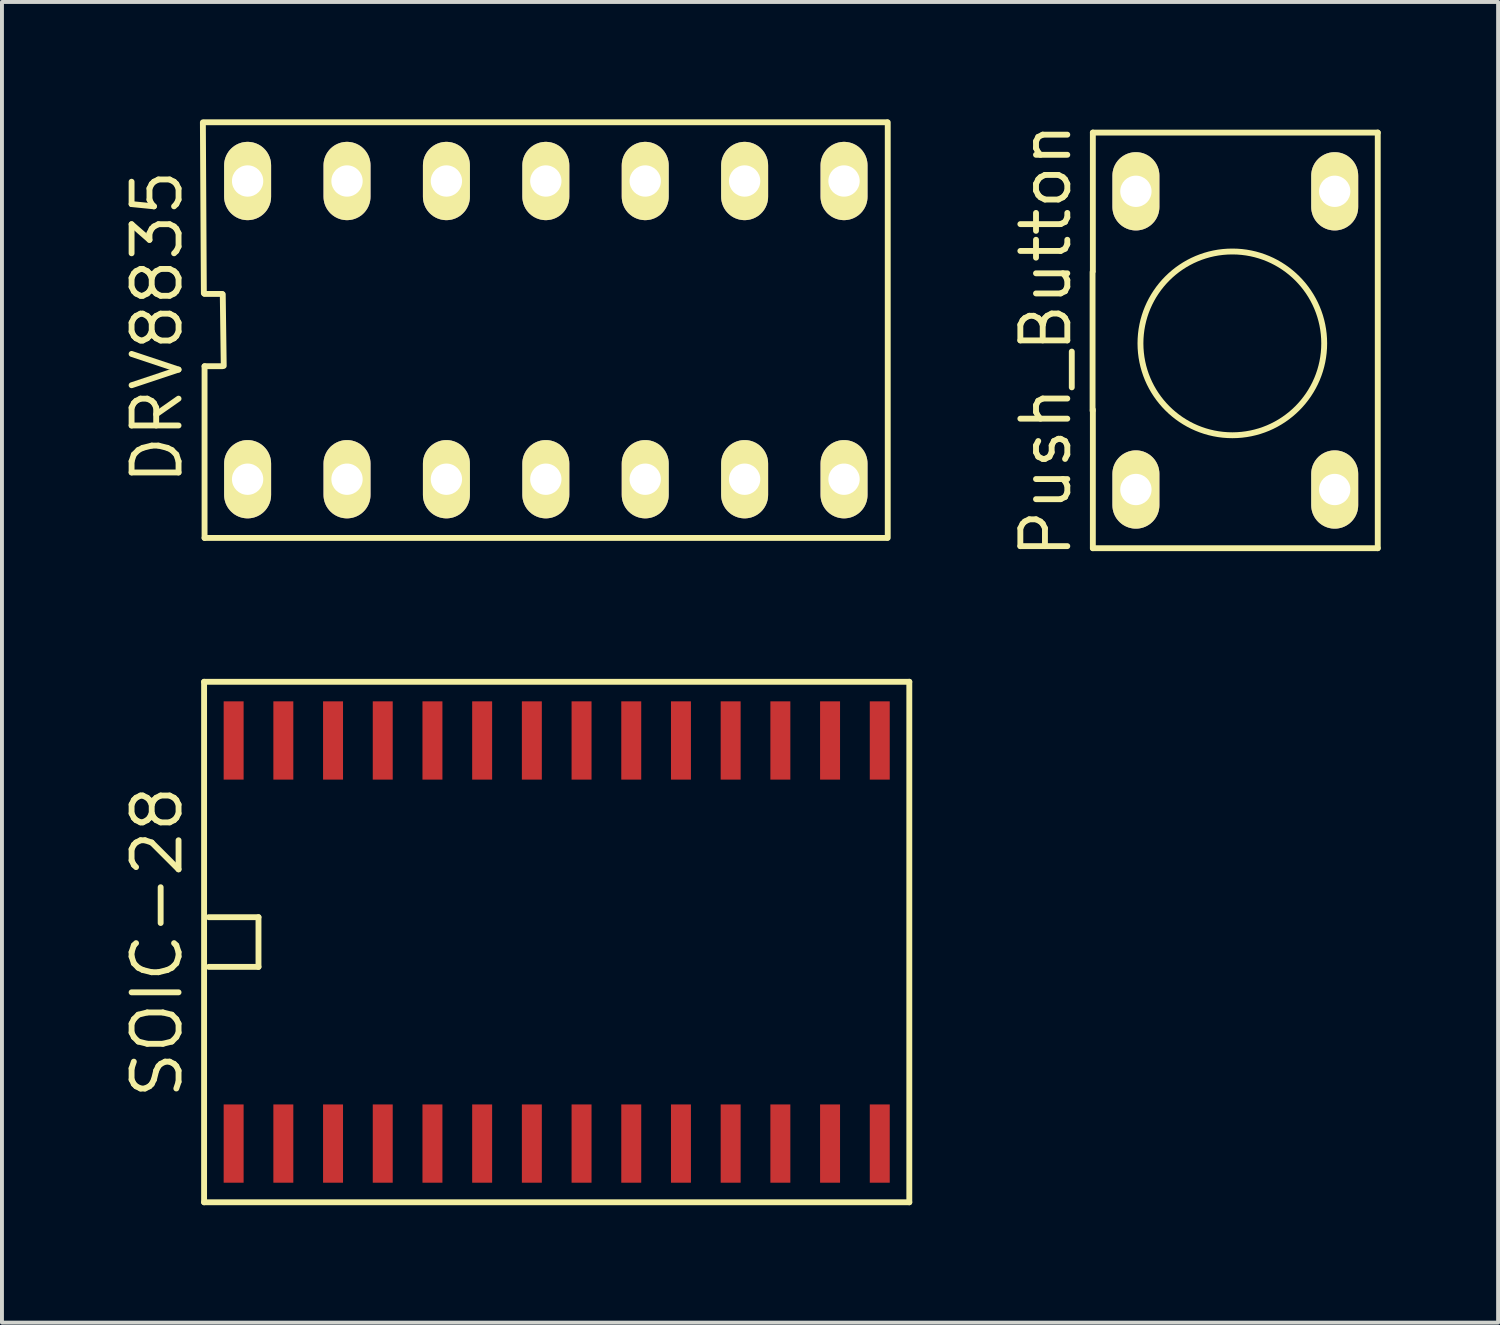
<source format=kicad_pcb>
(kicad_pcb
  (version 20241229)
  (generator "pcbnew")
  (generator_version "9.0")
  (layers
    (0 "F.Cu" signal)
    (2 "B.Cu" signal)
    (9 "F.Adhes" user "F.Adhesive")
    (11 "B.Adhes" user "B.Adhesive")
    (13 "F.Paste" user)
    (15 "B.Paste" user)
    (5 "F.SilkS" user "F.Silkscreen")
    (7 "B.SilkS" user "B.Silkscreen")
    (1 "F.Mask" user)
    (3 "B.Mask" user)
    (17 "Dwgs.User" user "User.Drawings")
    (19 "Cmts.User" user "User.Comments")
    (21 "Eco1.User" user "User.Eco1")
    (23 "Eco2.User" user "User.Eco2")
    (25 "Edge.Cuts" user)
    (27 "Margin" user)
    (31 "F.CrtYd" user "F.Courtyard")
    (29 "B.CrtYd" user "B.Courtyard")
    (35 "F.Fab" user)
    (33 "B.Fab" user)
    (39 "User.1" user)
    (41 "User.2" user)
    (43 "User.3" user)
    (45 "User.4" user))
  (footprint "Push_Button"
    (layer "F.Cu")
    (at 28.515 5.648)
    (property "Reference" "Push_Button" (at -4.84 0 90) (layer "F.SilkS") (effects (font (size 1.2 1.2) (thickness 0.15))))
    (attr through_hole)
    (fp_line (start -3.647 -1.745) (end -3.647 1.795) (stroke (width 0.15) (type solid)) (layer "F.SilkS"))
    (fp_line (start -3.64 1.77) (end -3.64 5.31) (stroke (width 0.15) (type solid)) (layer "F.SilkS"))
    (fp_line (start -3.64 5.31) (end 3.64 5.31) (stroke (width 0.15) (type solid)) (layer "F.SilkS"))
    (fp_line (start -3.64 -5.31) (end -3.64 -1.77) (stroke (width 0.15) (type solid)) (layer "F.SilkS"))
    (fp_line (start 3.64 5.31) (end 3.64 -5.31) (stroke (width 0.15) (type solid)) (layer "F.SilkS"))
    (fp_line (start 3.64 -5.31) (end -3.64 -5.31) (stroke (width 0.15) (type solid)) (layer "F.SilkS"))
    (fp_circle (center -0.076 0.076) (end 1.829 1.448) (stroke (width 0.15) (type solid)) (fill no) (layer "F.SilkS"))
    (pad "1" thru_hole oval (at -2.54 -3.81) (size 1.2 2) (drill 0.8) (layers "*.Cu" "*.Mask" "F.SilkS"))
    (pad "1" thru_hole oval (at -2.54 3.81) (size 1.2 2) (drill 0.8) (layers "*.Cu" "*.Mask" "F.SilkS"))
    (pad "2" thru_hole oval (at 2.54 -3.81) (size 1.2 2) (drill 0.8) (layers "*.Cu" "*.Mask" "F.SilkS"))
    (pad "2" thru_hole oval (at 2.54 3.81) (size 1.2 2) (drill 0.8) (layers "*.Cu" "*.Mask" "F.SilkS")))
  (footprint "DRV8835"
    (layer "F.Cu")
    (at 10.846 5.41)
    (property "Reference" "DRV8835" (at -9.881 -0.102 90) (layer "F.SilkS") (effects (font (size 1.2 1.2) (thickness 0.15))))
    (attr through_hole)
    (fp_line (start -8.712 -5.334) (end -8.687 -0.965) (stroke (width 0.15) (type solid)) (layer "F.SilkS"))
    (fp_line (start -8.669 -0.949) (end -8.219 -0.949) (stroke (width 0.15) (type solid)) (layer "F.SilkS"))
    (fp_line (start -8.669 0.898) (end -8.669 5.285) (stroke (width 0.15) (type solid)) (layer "F.SilkS"))
    (fp_line (start -8.669 5.285) (end 8.771 5.285) (stroke (width 0.15) (type solid)) (layer "F.SilkS"))
    (fp_line (start -8.219 0.898) (end -8.669 0.898) (stroke (width 0.15) (type solid)) (layer "F.SilkS"))
    (fp_line (start -8.179 0.889) (end -8.204 -0.94) (stroke (width 0.15) (type solid)) (layer "F.SilkS"))
    (fp_line (start 8.771 -5.335) (end -8.669 -5.335) (stroke (width 0.15) (type solid)) (layer "F.SilkS"))
    (fp_line (start 8.788 -5.334) (end 8.788 5.283) (stroke (width 0.15) (type solid)) (layer "F.SilkS"))
    (pad "1" thru_hole oval (at -7.569 3.785) (size 1.2 2) (drill 0.8) (layers "*.Cu" "*.Mask" "F.SilkS"))
    (pad "2" thru_hole oval (at -5.029 3.785) (size 1.2 2) (drill 0.8) (layers "*.Cu" "*.Mask" "F.SilkS"))
    (pad "3" thru_hole oval (at -2.489 3.785) (size 1.2 2) (drill 0.8) (layers "*.Cu" "*.Mask" "F.SilkS"))
    (pad "4" thru_hole oval (at 0.051 3.785) (size 1.2 2) (drill 0.8) (layers "*.Cu" "*.Mask" "F.SilkS"))
    (pad "5" thru_hole oval (at 2.591 3.785) (size 1.2 2) (drill 0.8) (layers "*.Cu" "*.Mask" "F.SilkS"))
    (pad "6" thru_hole oval (at 5.131 3.785) (size 1.2 2) (drill 0.8) (layers "*.Cu" "*.Mask" "F.SilkS"))
    (pad "7" thru_hole oval (at 7.671 3.785) (size 1.2 2) (drill 0.8) (layers "*.Cu" "*.Mask" "F.SilkS"))
    (pad "8" thru_hole oval (at 7.671 -3.835) (size 1.2 2) (drill 0.8) (layers "*.Cu" "*.Mask" "F.SilkS"))
    (pad "9" thru_hole oval (at 5.131 -3.835) (size 1.2 2) (drill 0.8) (layers "*.Cu" "*.Mask" "F.SilkS"))
    (pad "10" thru_hole oval (at 2.591 -3.835) (size 1.2 2) (drill 0.8) (layers "*.Cu" "*.Mask" "F.SilkS"))
    (pad "11" thru_hole oval (at 0.051 -3.835) (size 1.2 2) (drill 0.8) (layers "*.Cu" "*.Mask" "F.SilkS"))
    (pad "12" thru_hole oval (at -2.489 -3.835) (size 1.2 2) (drill 0.8) (layers "*.Cu" "*.Mask" "F.SilkS"))
    (pad "13" thru_hole oval (at -5.029 -3.835) (size 1.2 2) (drill 0.8) (layers "*.Cu" "*.Mask" "F.SilkS"))
    (pad "14" thru_hole oval (at -7.569 -3.835) (size 1.2 2) (drill 0.8) (layers "*.Cu" "*.Mask" "F.SilkS")))
  (footprint "SOIC-28"
    (layer "F.Cu")
    (at 11.175 21.021)
    (property "Reference" "SOIC-28" (at -10.21 0 90) (layer "F.SilkS") (effects (font (size 1.2 1.2) (thickness 0.15))))
    (attr through_hole)
    (fp_line (start -9.01 -6.65) (end -9.01 6.65) (stroke (width 0.15) (type solid)) (layer "F.SilkS"))
    (fp_line (start -9.01 6.65) (end 9.01 6.65) (stroke (width 0.15) (type solid)) (layer "F.SilkS"))
    (fp_line (start -8.89 -0.635) (end -7.62 -0.635) (stroke (width 0.15) (type solid)) (layer "F.SilkS"))
    (fp_line (start -7.62 -0.635) (end -7.62 0.635) (stroke (width 0.15) (type solid)) (layer "F.SilkS"))
    (fp_line (start -7.62 0.635) (end -8.89 0.635) (stroke (width 0.15) (type solid)) (layer "F.SilkS"))
    (fp_line (start 9.01 -6.65) (end -9.01 -6.65) (stroke (width 0.15) (type solid)) (layer "F.SilkS"))
    (fp_line (start 9.01 6.65) (end 9.01 -6.65) (stroke (width 0.15) (type solid)) (layer "F.SilkS"))
    (pad "1" smd rect (at -8.255 5.15) (size 0.51 2) (layers "F.Cu" "F.Mask" "F.Paste"))
    (pad "2" smd rect (at -6.985 5.15) (size 0.51 2) (layers "F.Cu" "F.Mask" "F.Paste"))
    (pad "3" smd rect (at -5.715 5.15) (size 0.51 2) (layers "F.Cu" "F.Mask" "F.Paste"))
    (pad "4" smd rect (at -4.445 5.15) (size 0.51 2) (layers "F.Cu" "F.Mask" "F.Paste"))
    (pad "5" smd rect (at -3.175 5.15) (size 0.51 2) (layers "F.Cu" "F.Mask" "F.Paste"))
    (pad "6" smd rect (at -1.905 5.15) (size 0.51 2) (layers "F.Cu" "F.Mask" "F.Paste"))
    (pad "7" smd rect (at -0.635 5.15) (size 0.51 2) (layers "F.Cu" "F.Mask" "F.Paste"))
    (pad "8" smd rect (at 0.635 5.15) (size 0.51 2) (layers "F.Cu" "F.Mask" "F.Paste"))
    (pad "9" smd rect (at 1.905 5.15) (size 0.51 2) (layers "F.Cu" "F.Mask" "F.Paste"))
    (pad "10" smd rect (at 3.175 5.15) (size 0.51 2) (layers "F.Cu" "F.Mask" "F.Paste"))
    (pad "11" smd rect (at 4.445 5.15) (size 0.51 2) (layers "F.Cu" "F.Mask" "F.Paste"))
    (pad "12" smd rect (at 5.715 5.15) (size 0.51 2) (layers "F.Cu" "F.Mask" "F.Paste"))
    (pad "13" smd rect (at 6.985 5.15) (size 0.51 2) (layers "F.Cu" "F.Mask" "F.Paste"))
    (pad "14" smd rect (at 8.255 5.15) (size 0.51 2) (layers "F.Cu" "F.Mask" "F.Paste"))
    (pad "15" smd rect (at 8.255 -5.15) (size 0.51 2) (layers "F.Cu" "F.Mask" "F.Paste"))
    (pad "16" smd rect (at 6.985 -5.15) (size 0.51 2) (layers "F.Cu" "F.Mask" "F.Paste"))
    (pad "17" smd rect (at 5.715 -5.15) (size 0.51 2) (layers "F.Cu" "F.Mask" "F.Paste"))
    (pad "18" smd rect (at 4.445 -5.15) (size 0.51 2) (layers "F.Cu" "F.Mask" "F.Paste"))
    (pad "19" smd rect (at 3.175 -5.15) (size 0.51 2) (layers "F.Cu" "F.Mask" "F.Paste"))
    (pad "20" smd rect (at 1.905 -5.15) (size 0.51 2) (layers "F.Cu" "F.Mask" "F.Paste"))
    (pad "21" smd rect (at 0.635 -5.15) (size 0.51 2) (layers "F.Cu" "F.Mask" "F.Paste"))
    (pad "22" smd rect (at -0.635 -5.15) (size 0.51 2) (layers "F.Cu" "F.Mask" "F.Paste"))
    (pad "23" smd rect (at -1.905 -5.15) (size 0.51 2) (layers "F.Cu" "F.Mask" "F.Paste"))
    (pad "24" smd rect (at -3.175 -5.15) (size 0.51 2) (layers "F.Cu" "F.Mask" "F.Paste"))
    (pad "25" smd rect (at -4.445 -5.15) (size 0.51 2) (layers "F.Cu" "F.Mask" "F.Paste"))
    (pad "26" smd rect (at -5.715 -5.15) (size 0.51 2) (layers "F.Cu" "F.Mask" "F.Paste"))
    (pad "27" smd rect (at -6.985 -5.15) (size 0.51 2) (layers "F.Cu" "F.Mask" "F.Paste"))
    (pad "28" smd rect (at -8.255 -5.15) (size 0.51 2) (layers "F.Cu" "F.Mask" "F.Paste")))
  (gr_rect
    (start -3 -3)
    (end 35.23 30.746)
    (stroke (width 0.1) (type default))
    (fill no)
    (layer "Edge.Cuts")))
</source>
